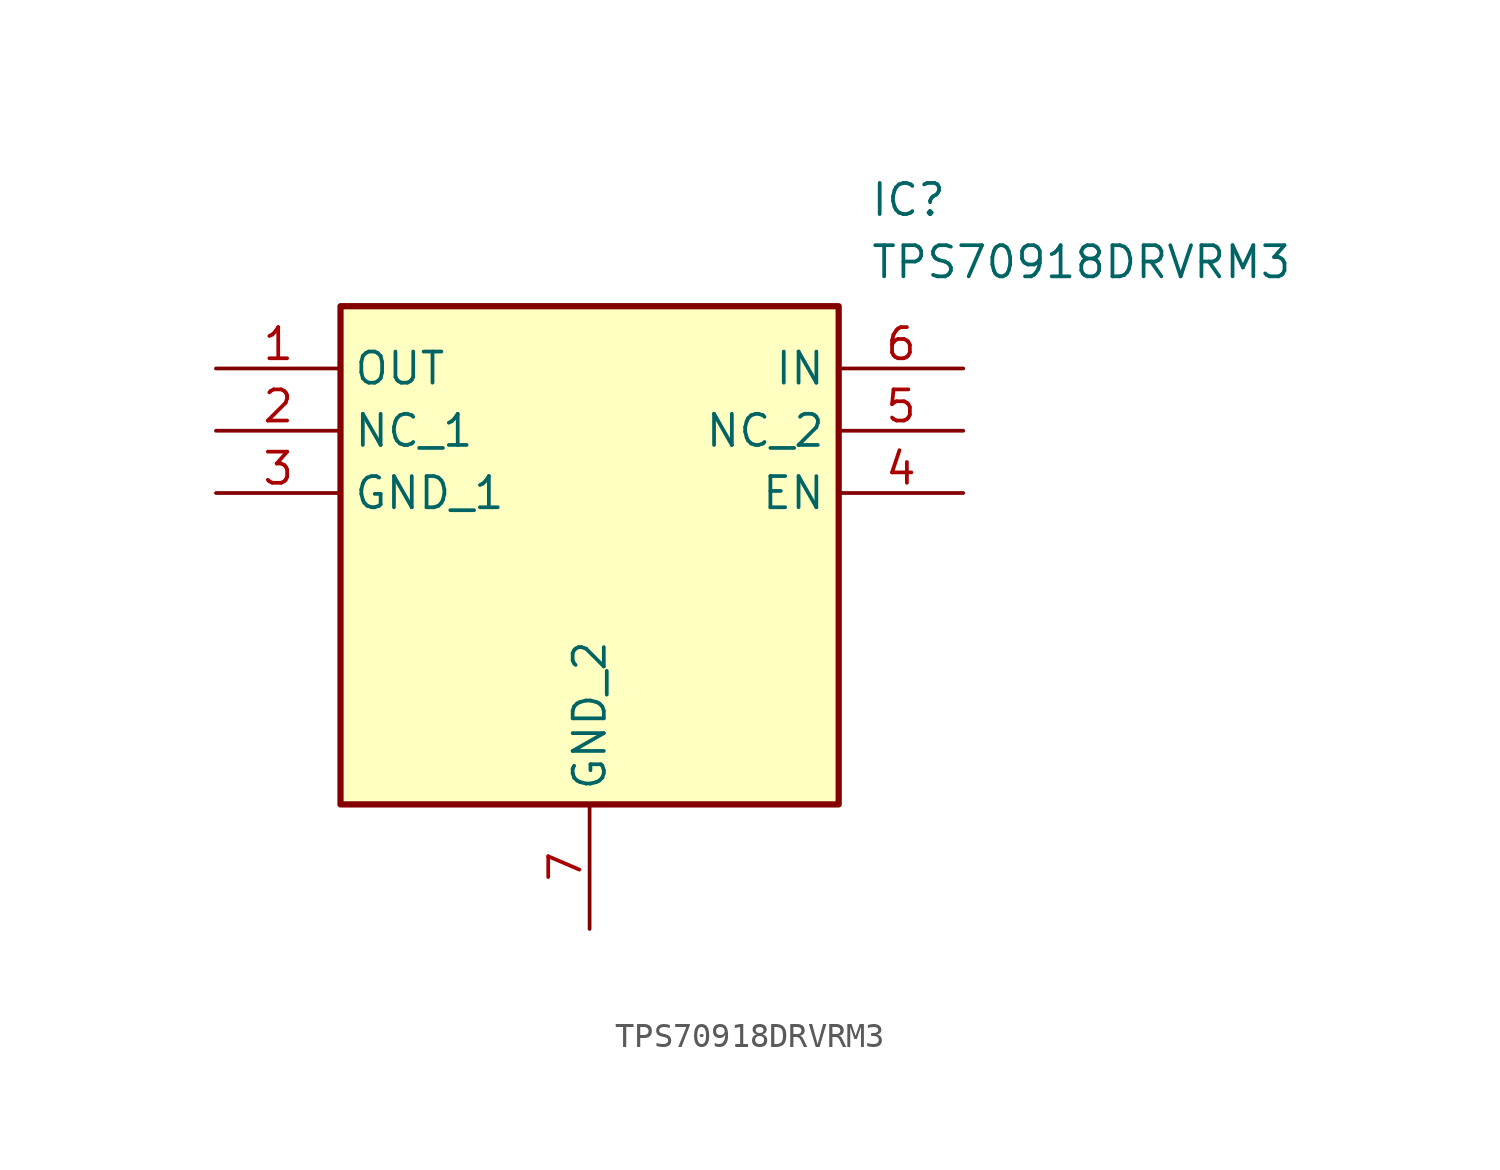
<source format=kicad_sym>
(kicad_symbol_lib
  (version 20211014)
  (generator SamacSys_ECAD_Model)
  (symbol "TPS70918DRVRM3"
    (property "Reference" "IC"
      (at 26.67 7.62 0)
      (effects (font (size 1.27 1.27)) (justify left top)))
    (property "Value" "TPS70918DRVRM3"
      (at 26.67 5.08 0)
      (effects (font (size 1.27 1.27)) (justify left top)))
    (rectangle
      (start 5.08 2.54)
      (end 25.4 -17.78)
      (stroke (width 0.254) (type default))
      (fill (type background)))
    (pin passive line
      (at 0 0 0)
      (length 5.08)
      (name "OUT" (effects (font (size 1.27 1.27))))
      (number "1" (effects (font (size 1.27 1.27)))))
    (pin passive line
      (at 0 -2.54 0)
      (length 5.08)
      (name "NC_1" (effects (font (size 1.27 1.27))))
      (number "2" (effects (font (size 1.27 1.27)))))
    (pin passive line
      (at 0 -5.08 0)
      (length 5.08)
      (name "GND_1" (effects (font (size 1.27 1.27))))
      (number "3" (effects (font (size 1.27 1.27)))))
    (pin passive line
      (at 15.24 -22.86 90)
      (length 5.08)
      (name "GND_2" (effects (font (size 1.27 1.27))))
      (number "7" (effects (font (size 1.27 1.27)))))
    (pin passive line
      (at 30.48 0 180)
      (length 5.08)
      (name "IN" (effects (font (size 1.27 1.27))))
      (number "6" (effects (font (size 1.27 1.27)))))
    (pin passive line
      (at 30.48 -2.54 180)
      (length 5.08)
      (name "NC_2" (effects (font (size 1.27 1.27))))
      (number "5" (effects (font (size 1.27 1.27)))))
    (pin passive line
      (at 30.48 -5.08 180)
      (length 5.08)
      (name "EN" (effects (font (size 1.27 1.27))))
      (number "4" (effects (font (size 1.27 1.27)))))))
</source>
